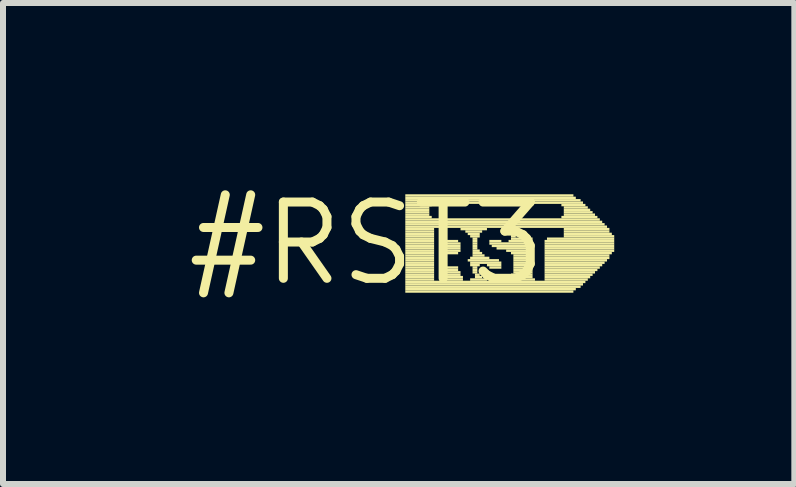
<source format=kicad_pcb>
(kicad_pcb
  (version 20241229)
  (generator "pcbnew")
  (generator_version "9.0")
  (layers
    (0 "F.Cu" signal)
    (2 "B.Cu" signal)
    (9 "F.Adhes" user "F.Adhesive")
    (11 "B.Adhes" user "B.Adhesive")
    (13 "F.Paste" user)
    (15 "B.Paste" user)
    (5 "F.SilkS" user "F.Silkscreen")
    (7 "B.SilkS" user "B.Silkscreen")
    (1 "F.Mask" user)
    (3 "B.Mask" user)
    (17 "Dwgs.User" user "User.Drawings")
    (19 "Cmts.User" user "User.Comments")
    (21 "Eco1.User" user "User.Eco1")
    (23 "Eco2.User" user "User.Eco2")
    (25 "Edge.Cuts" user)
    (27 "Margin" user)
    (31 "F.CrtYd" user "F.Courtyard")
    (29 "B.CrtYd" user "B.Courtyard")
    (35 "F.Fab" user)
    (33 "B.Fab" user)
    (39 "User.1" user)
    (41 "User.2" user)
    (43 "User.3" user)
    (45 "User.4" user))
  (footprint "#RST3"
    (layer "F.Cu")
    (at 3.061 1.006)
    (property "Reference" "#RST3" (at 0 0 0) (layer "F.SilkS") (effects (font (size 1.27 1.27) (thickness 0.15))))
    (fp_poly (pts (xy 0.64 -0.78) (xy 3.44 -0.78) (xy 3.44 -0.82) (xy 0.64 -0.82)) (stroke (width 0) (type solid)) (fill yes) (layer "F.SilkS"))
    (fp_poly (pts (xy 0.64 -0.74) (xy 3.48 -0.74) (xy 3.48 -0.78) (xy 0.64 -0.78)) (stroke (width 0) (type solid)) (fill yes) (layer "F.SilkS"))
    (fp_poly (pts (xy 0.64 -0.7) (xy 3.56 -0.7) (xy 3.56 -0.74) (xy 0.64 -0.74)) (stroke (width 0) (type solid)) (fill yes) (layer "F.SilkS"))
    (fp_poly (pts (xy 0.64 -0.66) (xy 3.6 -0.66) (xy 3.6 -0.7) (xy 0.64 -0.7)) (stroke (width 0) (type solid)) (fill yes) (layer "F.SilkS"))
    (fp_poly (pts (xy 0.64 -0.62) (xy 1.08 -0.62) (xy 1.08 -0.66) (xy 0.64 -0.66)) (stroke (width 0) (type solid)) (fill yes) (layer "F.SilkS"))
    (fp_poly (pts (xy 0.64 -0.58) (xy 1.04 -0.58) (xy 1.04 -0.62) (xy 0.64 -0.62)) (stroke (width 0) (type solid)) (fill yes) (layer "F.SilkS"))
    (fp_poly (pts (xy 0.64 -0.54) (xy 1.04 -0.54) (xy 1.04 -0.58) (xy 0.64 -0.58)) (stroke (width 0) (type solid)) (fill yes) (layer "F.SilkS"))
    (fp_poly (pts (xy 0.64 -0.5) (xy 1.04 -0.5) (xy 1.04 -0.54) (xy 0.64 -0.54)) (stroke (width 0) (type solid)) (fill yes) (layer "F.SilkS"))
    (fp_poly (pts (xy 0.64 -0.46) (xy 1.04 -0.46) (xy 1.04 -0.5) (xy 0.64 -0.5)) (stroke (width 0) (type solid)) (fill yes) (layer "F.SilkS"))
    (fp_poly (pts (xy 0.64 -0.42) (xy 1.08 -0.42) (xy 1.08 -0.46) (xy 0.64 -0.46)) (stroke (width 0) (type solid)) (fill yes) (layer "F.SilkS"))
    (fp_poly (pts (xy 0.64 -0.38) (xy 3.88 -0.38) (xy 3.88 -0.42) (xy 0.64 -0.42)) (stroke (width 0) (type solid)) (fill yes) (layer "F.SilkS"))
    (fp_poly (pts (xy 0.64 -0.34) (xy 3.92 -0.34) (xy 3.92 -0.38) (xy 0.64 -0.38)) (stroke (width 0) (type solid)) (fill yes) (layer "F.SilkS"))
    (fp_poly (pts (xy 0.64 -0.3) (xy 3.96 -0.3) (xy 3.96 -0.34) (xy 0.64 -0.34)) (stroke (width 0) (type solid)) (fill yes) (layer "F.SilkS"))
    (fp_poly (pts (xy 0.64 -0.26) (xy 4 -0.26) (xy 4 -0.3) (xy 0.64 -0.3)) (stroke (width 0) (type solid)) (fill yes) (layer "F.SilkS"))
    (fp_poly (pts (xy 0.64 -0.22) (xy 1.12 -0.22) (xy 1.12 -0.26) (xy 0.64 -0.26)) (stroke (width 0) (type solid)) (fill yes) (layer "F.SilkS"))
    (fp_poly (pts (xy 0.64 -0.18) (xy 1.12 -0.18) (xy 1.12 -0.22) (xy 0.64 -0.22)) (stroke (width 0) (type solid)) (fill yes) (layer "F.SilkS"))
    (fp_poly (pts (xy 0.64 -0.14) (xy 1.12 -0.14) (xy 1.12 -0.18) (xy 0.64 -0.18)) (stroke (width 0) (type solid)) (fill yes) (layer "F.SilkS"))
    (fp_poly (pts (xy 0.64 -0.1) (xy 1.12 -0.1) (xy 1.12 -0.14) (xy 0.64 -0.14)) (stroke (width 0) (type solid)) (fill yes) (layer "F.SilkS"))
    (fp_poly (pts (xy 0.64 -0.06) (xy 1.12 -0.06) (xy 1.12 -0.1) (xy 0.64 -0.1)) (stroke (width 0) (type solid)) (fill yes) (layer "F.SilkS"))
    (fp_poly (pts (xy 0.64 -0.02) (xy 1.12 -0.02) (xy 1.12 -0.06) (xy 0.64 -0.06)) (stroke (width 0) (type solid)) (fill yes) (layer "F.SilkS"))
    (fp_poly (pts (xy 0.64 0.02) (xy 1.12 0.02) (xy 1.12 -0.02) (xy 0.64 -0.02)) (stroke (width 0) (type solid)) (fill yes) (layer "F.SilkS"))
    (fp_poly (pts (xy 0.64 0.06) (xy 1.12 0.06) (xy 1.12 0.02) (xy 0.64 0.02)) (stroke (width 0) (type solid)) (fill yes) (layer "F.SilkS"))
    (fp_poly (pts (xy 0.64 0.1) (xy 1.12 0.1) (xy 1.12 0.06) (xy 0.64 0.06)) (stroke (width 0) (type solid)) (fill yes) (layer "F.SilkS"))
    (fp_poly (pts (xy 0.64 0.14) (xy 1.12 0.14) (xy 1.12 0.1) (xy 0.64 0.1)) (stroke (width 0) (type solid)) (fill yes) (layer "F.SilkS"))
    (fp_poly (pts (xy 0.64 0.18) (xy 1.12 0.18) (xy 1.12 0.14) (xy 0.64 0.14)) (stroke (width 0) (type solid)) (fill yes) (layer "F.SilkS"))
    (fp_poly (pts (xy 0.64 0.22) (xy 1.12 0.22) (xy 1.12 0.18) (xy 0.64 0.18)) (stroke (width 0) (type solid)) (fill yes) (layer "F.SilkS"))
    (fp_poly (pts (xy 0.64 0.26) (xy 1.12 0.26) (xy 1.12 0.22) (xy 0.64 0.22)) (stroke (width 0) (type solid)) (fill yes) (layer "F.SilkS"))
    (fp_poly (pts (xy 0.64 0.3) (xy 1.12 0.3) (xy 1.12 0.26) (xy 0.64 0.26)) (stroke (width 0) (type solid)) (fill yes) (layer "F.SilkS"))
    (fp_poly (pts (xy 0.64 0.34) (xy 1.12 0.34) (xy 1.12 0.3) (xy 0.64 0.3)) (stroke (width 0) (type solid)) (fill yes) (layer "F.SilkS"))
    (fp_poly (pts (xy 0.64 0.38) (xy 1.12 0.38) (xy 1.12 0.34) (xy 0.64 0.34)) (stroke (width 0) (type solid)) (fill yes) (layer "F.SilkS"))
    (fp_poly (pts (xy 0.64 0.42) (xy 1.12 0.42) (xy 1.12 0.38) (xy 0.64 0.38)) (stroke (width 0) (type solid)) (fill yes) (layer "F.SilkS"))
    (fp_poly (pts (xy 0.64 0.46) (xy 1.12 0.46) (xy 1.12 0.42) (xy 0.64 0.42)) (stroke (width 0) (type solid)) (fill yes) (layer "F.SilkS"))
    (fp_poly (pts (xy 0.64 0.5) (xy 1.12 0.5) (xy 1.12 0.46) (xy 0.64 0.46)) (stroke (width 0) (type solid)) (fill yes) (layer "F.SilkS"))
    (fp_poly (pts (xy 0.64 0.54) (xy 1.12 0.54) (xy 1.12 0.5) (xy 0.64 0.5)) (stroke (width 0) (type solid)) (fill yes) (layer "F.SilkS"))
    (fp_poly (pts (xy 0.64 0.58) (xy 1.12 0.58) (xy 1.12 0.54) (xy 0.64 0.54)) (stroke (width 0) (type solid)) (fill yes) (layer "F.SilkS"))
    (fp_poly (pts (xy 0.64 0.62) (xy 1.12 0.62) (xy 1.12 0.58) (xy 0.64 0.58)) (stroke (width 0) (type solid)) (fill yes) (layer "F.SilkS"))
    (fp_poly (pts (xy 0.64 0.66) (xy 3.64 0.66) (xy 3.64 0.62) (xy 0.64 0.62)) (stroke (width 0) (type solid)) (fill yes) (layer "F.SilkS"))
    (fp_poly (pts (xy 0.64 0.7) (xy 3.6 0.7) (xy 3.6 0.66) (xy 0.64 0.66)) (stroke (width 0) (type solid)) (fill yes) (layer "F.SilkS"))
    (fp_poly (pts (xy 0.64 0.74) (xy 3.56 0.74) (xy 3.56 0.7) (xy 0.64 0.7)) (stroke (width 0) (type solid)) (fill yes) (layer "F.SilkS"))
    (fp_poly (pts (xy 0.64 0.78) (xy 3.48 0.78) (xy 3.48 0.74) (xy 0.64 0.74)) (stroke (width 0) (type solid)) (fill yes) (layer "F.SilkS"))
    (fp_poly (pts (xy 0.64 0.82) (xy 3.44 0.82) (xy 3.44 0.78) (xy 0.64 0.78)) (stroke (width 0) (type solid)) (fill yes) (layer "F.SilkS"))
    (fp_poly (pts (xy 1.28 0.62) (xy 1.6 0.62) (xy 1.6 0.58) (xy 1.28 0.58)) (stroke (width 0) (type solid)) (fill yes) (layer "F.SilkS"))
    (fp_poly (pts (xy 1.32 -0.02) (xy 1.52 -0.02) (xy 1.52 -0.06) (xy 1.32 -0.06)) (stroke (width 0) (type solid)) (fill yes) (layer "F.SilkS"))
    (fp_poly (pts (xy 1.32 0.02) (xy 1.56 0.02) (xy 1.56 -0.02) (xy 1.32 -0.02)) (stroke (width 0) (type solid)) (fill yes) (layer "F.SilkS"))
    (fp_poly (pts (xy 1.32 0.06) (xy 1.56 0.06) (xy 1.56 0.02) (xy 1.32 0.02)) (stroke (width 0) (type solid)) (fill yes) (layer "F.SilkS"))
    (fp_poly (pts (xy 1.32 0.1) (xy 1.56 0.1) (xy 1.56 0.06) (xy 1.32 0.06)) (stroke (width 0) (type solid)) (fill yes) (layer "F.SilkS"))
    (fp_poly (pts (xy 1.32 0.14) (xy 1.56 0.14) (xy 1.56 0.1) (xy 1.32 0.1)) (stroke (width 0) (type solid)) (fill yes) (layer "F.SilkS"))
    (fp_poly (pts (xy 1.32 0.18) (xy 1.52 0.18) (xy 1.52 0.14) (xy 1.32 0.14)) (stroke (width 0) (type solid)) (fill yes) (layer "F.SilkS"))
    (fp_poly (pts (xy 1.32 0.42) (xy 1.52 0.42) (xy 1.52 0.38) (xy 1.32 0.38)) (stroke (width 0) (type solid)) (fill yes) (layer "F.SilkS"))
    (fp_poly (pts (xy 1.32 0.46) (xy 1.52 0.46) (xy 1.52 0.42) (xy 1.32 0.42)) (stroke (width 0) (type solid)) (fill yes) (layer "F.SilkS"))
    (fp_poly (pts (xy 1.32 0.5) (xy 1.56 0.5) (xy 1.56 0.46) (xy 1.32 0.46)) (stroke (width 0) (type solid)) (fill yes) (layer "F.SilkS"))
    (fp_poly (pts (xy 1.32 0.54) (xy 1.56 0.54) (xy 1.56 0.5) (xy 1.32 0.5)) (stroke (width 0) (type solid)) (fill yes) (layer "F.SilkS"))
    (fp_poly (pts (xy 1.32 0.58) (xy 1.6 0.58) (xy 1.6 0.54) (xy 1.32 0.54)) (stroke (width 0) (type solid)) (fill yes) (layer "F.SilkS"))
    (fp_poly (pts (xy 1.56 -0.22) (xy 2 -0.22) (xy 2 -0.26) (xy 1.56 -0.26)) (stroke (width 0) (type solid)) (fill yes) (layer "F.SilkS"))
    (fp_poly (pts (xy 1.64 -0.18) (xy 1.92 -0.18) (xy 1.92 -0.22) (xy 1.64 -0.22)) (stroke (width 0) (type solid)) (fill yes) (layer "F.SilkS"))
    (fp_poly (pts (xy 1.68 -0.14) (xy 1.88 -0.14) (xy 1.88 -0.18) (xy 1.68 -0.18)) (stroke (width 0) (type solid)) (fill yes) (layer "F.SilkS"))
    (fp_poly (pts (xy 1.68 0.3) (xy 2.2 0.3) (xy 2.2 0.26) (xy 1.68 0.26)) (stroke (width 0) (type solid)) (fill yes) (layer "F.SilkS"))
    (fp_poly (pts (xy 1.72 -0.1) (xy 1.88 -0.1) (xy 1.88 -0.14) (xy 1.72 -0.14)) (stroke (width 0) (type solid)) (fill yes) (layer "F.SilkS"))
    (fp_poly (pts (xy 1.72 0.26) (xy 2.04 0.26) (xy 2.04 0.22) (xy 1.72 0.22)) (stroke (width 0) (type solid)) (fill yes) (layer "F.SilkS"))
    (fp_poly (pts (xy 1.72 0.34) (xy 2.24 0.34) (xy 2.24 0.3) (xy 1.72 0.3)) (stroke (width 0) (type solid)) (fill yes) (layer "F.SilkS"))
    (fp_poly (pts (xy 1.72 0.38) (xy 1.88 0.38) (xy 1.88 0.34) (xy 1.72 0.34)) (stroke (width 0) (type solid)) (fill yes) (layer "F.SilkS"))
    (fp_poly (pts (xy 1.72 0.62) (xy 2 0.62) (xy 2 0.58) (xy 1.72 0.58)) (stroke (width 0) (type solid)) (fill yes) (layer "F.SilkS"))
    (fp_poly (pts (xy 1.76 -0.06) (xy 1.84 -0.06) (xy 1.84 -0.1) (xy 1.76 -0.1)) (stroke (width 0) (type solid)) (fill yes) (layer "F.SilkS"))
    (fp_poly (pts (xy 1.76 -0.02) (xy 1.84 -0.02) (xy 1.84 -0.06) (xy 1.76 -0.06)) (stroke (width 0) (type solid)) (fill yes) (layer "F.SilkS"))
    (fp_poly (pts (xy 1.76 0.02) (xy 1.84 0.02) (xy 1.84 -0.02) (xy 1.76 -0.02)) (stroke (width 0) (type solid)) (fill yes) (layer "F.SilkS"))
    (fp_poly (pts (xy 1.76 0.06) (xy 1.84 0.06) (xy 1.84 0.02) (xy 1.76 0.02)) (stroke (width 0) (type solid)) (fill yes) (layer "F.SilkS"))
    (fp_poly (pts (xy 1.76 0.1) (xy 1.84 0.1) (xy 1.84 0.06) (xy 1.76 0.06)) (stroke (width 0) (type solid)) (fill yes) (layer "F.SilkS"))
    (fp_poly (pts (xy 1.76 0.14) (xy 1.88 0.14) (xy 1.88 0.1) (xy 1.76 0.1)) (stroke (width 0) (type solid)) (fill yes) (layer "F.SilkS"))
    (fp_poly (pts (xy 1.76 0.18) (xy 1.92 0.18) (xy 1.92 0.14) (xy 1.76 0.14)) (stroke (width 0) (type solid)) (fill yes) (layer "F.SilkS"))
    (fp_poly (pts (xy 1.76 0.22) (xy 1.96 0.22) (xy 1.96 0.18) (xy 1.76 0.18)) (stroke (width 0) (type solid)) (fill yes) (layer "F.SilkS"))
    (fp_poly (pts (xy 1.76 0.42) (xy 1.84 0.42) (xy 1.84 0.38) (xy 1.76 0.38)) (stroke (width 0) (type solid)) (fill yes) (layer "F.SilkS"))
    (fp_poly (pts (xy 1.76 0.46) (xy 1.84 0.46) (xy 1.84 0.42) (xy 1.76 0.42)) (stroke (width 0) (type solid)) (fill yes) (layer "F.SilkS"))
    (fp_poly (pts (xy 1.76 0.5) (xy 1.84 0.5) (xy 1.84 0.46) (xy 1.76 0.46)) (stroke (width 0) (type solid)) (fill yes) (layer "F.SilkS"))
    (fp_poly (pts (xy 1.8 0.54) (xy 1.88 0.54) (xy 1.88 0.5) (xy 1.8 0.5)) (stroke (width 0) (type solid)) (fill yes) (layer "F.SilkS"))
    (fp_poly (pts (xy 1.8 0.58) (xy 1.92 0.58) (xy 1.92 0.54) (xy 1.8 0.54)) (stroke (width 0) (type solid)) (fill yes) (layer "F.SilkS"))
    (fp_poly (pts (xy 2 0.38) (xy 2.24 0.38) (xy 2.24 0.34) (xy 2 0.34)) (stroke (width 0) (type solid)) (fill yes) (layer "F.SilkS"))
    (fp_poly (pts (xy 2.04 -0.02) (xy 2.24 -0.02) (xy 2.24 -0.06) (xy 2.04 -0.06)) (stroke (width 0) (type solid)) (fill yes) (layer "F.SilkS"))
    (fp_poly (pts (xy 2.04 0.02) (xy 2.76 0.02) (xy 2.76 -0.02) (xy 2.04 -0.02)) (stroke (width 0) (type solid)) (fill yes) (layer "F.SilkS"))
    (fp_poly (pts (xy 2.04 0.42) (xy 2.24 0.42) (xy 2.24 0.38) (xy 2.04 0.38)) (stroke (width 0) (type solid)) (fill yes) (layer "F.SilkS"))
    (fp_poly (pts (xy 2.08 0.06) (xy 2.76 0.06) (xy 2.76 0.02) (xy 2.08 0.02)) (stroke (width 0) (type solid)) (fill yes) (layer "F.SilkS"))
    (fp_poly (pts (xy 2.16 0.1) (xy 2.76 0.1) (xy 2.76 0.06) (xy 2.16 0.06)) (stroke (width 0) (type solid)) (fill yes) (layer "F.SilkS"))
    (fp_poly (pts (xy 2.28 0.62) (xy 2.8 0.62) (xy 2.8 0.58) (xy 2.28 0.58)) (stroke (width 0) (type solid)) (fill yes) (layer "F.SilkS"))
    (fp_poly (pts (xy 2.32 -0.22) (xy 2.48 -0.22) (xy 2.48 -0.26) (xy 2.32 -0.26)) (stroke (width 0) (type solid)) (fill yes) (layer "F.SilkS"))
    (fp_poly (pts (xy 2.32 0.14) (xy 2.76 0.14) (xy 2.76 0.1) (xy 2.32 0.1)) (stroke (width 0) (type solid)) (fill yes) (layer "F.SilkS"))
    (fp_poly (pts (xy 2.36 -0.18) (xy 2.44 -0.18) (xy 2.44 -0.22) (xy 2.36 -0.22)) (stroke (width 0) (type solid)) (fill yes) (layer "F.SilkS"))
    (fp_poly (pts (xy 2.36 -0.02) (xy 2.76 -0.02) (xy 2.76 -0.06) (xy 2.36 -0.06)) (stroke (width 0) (type solid)) (fill yes) (layer "F.SilkS"))
    (fp_poly (pts (xy 2.36 0.58) (xy 2.76 0.58) (xy 2.76 0.54) (xy 2.36 0.54)) (stroke (width 0) (type solid)) (fill yes) (layer "F.SilkS"))
    (fp_poly (pts (xy 2.4 -0.14) (xy 2.44 -0.14) (xy 2.44 -0.18) (xy 2.4 -0.18)) (stroke (width 0) (type solid)) (fill yes) (layer "F.SilkS"))
    (fp_poly (pts (xy 2.4 -0.1) (xy 2.48 -0.1) (xy 2.48 -0.14) (xy 2.4 -0.14)) (stroke (width 0) (type solid)) (fill yes) (layer "F.SilkS"))
    (fp_poly (pts (xy 2.4 -0.06) (xy 2.76 -0.06) (xy 2.76 -0.1) (xy 2.4 -0.1)) (stroke (width 0) (type solid)) (fill yes) (layer "F.SilkS"))
    (fp_poly (pts (xy 2.4 0.18) (xy 2.76 0.18) (xy 2.76 0.14) (xy 2.4 0.14)) (stroke (width 0) (type solid)) (fill yes) (layer "F.SilkS"))
    (fp_poly (pts (xy 2.4 0.54) (xy 2.76 0.54) (xy 2.76 0.5) (xy 2.4 0.5)) (stroke (width 0) (type solid)) (fill yes) (layer "F.SilkS"))
    (fp_poly (pts (xy 2.44 0.22) (xy 2.76 0.22) (xy 2.76 0.18) (xy 2.44 0.18)) (stroke (width 0) (type solid)) (fill yes) (layer "F.SilkS"))
    (fp_poly (pts (xy 2.44 0.26) (xy 2.76 0.26) (xy 2.76 0.22) (xy 2.44 0.22)) (stroke (width 0) (type solid)) (fill yes) (layer "F.SilkS"))
    (fp_poly (pts (xy 2.44 0.3) (xy 2.76 0.3) (xy 2.76 0.26) (xy 2.44 0.26)) (stroke (width 0) (type solid)) (fill yes) (layer "F.SilkS"))
    (fp_poly (pts (xy 2.44 0.34) (xy 2.76 0.34) (xy 2.76 0.3) (xy 2.44 0.3)) (stroke (width 0) (type solid)) (fill yes) (layer "F.SilkS"))
    (fp_poly (pts (xy 2.44 0.38) (xy 2.76 0.38) (xy 2.76 0.34) (xy 2.44 0.34)) (stroke (width 0) (type solid)) (fill yes) (layer "F.SilkS"))
    (fp_poly (pts (xy 2.44 0.42) (xy 2.76 0.42) (xy 2.76 0.38) (xy 2.44 0.38)) (stroke (width 0) (type solid)) (fill yes) (layer "F.SilkS"))
    (fp_poly (pts (xy 2.44 0.46) (xy 2.76 0.46) (xy 2.76 0.42) (xy 2.44 0.42)) (stroke (width 0) (type solid)) (fill yes) (layer "F.SilkS"))
    (fp_poly (pts (xy 2.44 0.5) (xy 2.76 0.5) (xy 2.76 0.46) (xy 2.44 0.46)) (stroke (width 0) (type solid)) (fill yes) (layer "F.SilkS"))
    (fp_poly (pts (xy 2.96 -0.02) (xy 4.12 -0.02) (xy 4.12 -0.06) (xy 2.96 -0.06)) (stroke (width 0) (type solid)) (fill yes) (layer "F.SilkS"))
    (fp_poly (pts (xy 2.96 0.02) (xy 4.12 0.02) (xy 4.12 -0.02) (xy 2.96 -0.02)) (stroke (width 0) (type solid)) (fill yes) (layer "F.SilkS"))
    (fp_poly (pts (xy 2.96 0.06) (xy 4.12 0.06) (xy 4.12 0.02) (xy 2.96 0.02)) (stroke (width 0) (type solid)) (fill yes) (layer "F.SilkS"))
    (fp_poly (pts (xy 2.96 0.1) (xy 4.12 0.1) (xy 4.12 0.06) (xy 2.96 0.06)) (stroke (width 0) (type solid)) (fill yes) (layer "F.SilkS"))
    (fp_poly (pts (xy 2.96 0.14) (xy 4.12 0.14) (xy 4.12 0.1) (xy 2.96 0.1)) (stroke (width 0) (type solid)) (fill yes) (layer "F.SilkS"))
    (fp_poly (pts (xy 2.96 0.18) (xy 4.08 0.18) (xy 4.08 0.14) (xy 2.96 0.14)) (stroke (width 0) (type solid)) (fill yes) (layer "F.SilkS"))
    (fp_poly (pts (xy 2.96 0.22) (xy 4.04 0.22) (xy 4.04 0.18) (xy 2.96 0.18)) (stroke (width 0) (type solid)) (fill yes) (layer "F.SilkS"))
    (fp_poly (pts (xy 2.96 0.26) (xy 4.04 0.26) (xy 4.04 0.22) (xy 2.96 0.22)) (stroke (width 0) (type solid)) (fill yes) (layer "F.SilkS"))
    (fp_poly (pts (xy 2.96 0.3) (xy 4 0.3) (xy 4 0.26) (xy 2.96 0.26)) (stroke (width 0) (type solid)) (fill yes) (layer "F.SilkS"))
    (fp_poly (pts (xy 2.96 0.34) (xy 3.96 0.34) (xy 3.96 0.3) (xy 2.96 0.3)) (stroke (width 0) (type solid)) (fill yes) (layer "F.SilkS"))
    (fp_poly (pts (xy 2.96 0.38) (xy 3.92 0.38) (xy 3.92 0.34) (xy 2.96 0.34)) (stroke (width 0) (type solid)) (fill yes) (layer "F.SilkS"))
    (fp_poly (pts (xy 2.96 0.42) (xy 3.88 0.42) (xy 3.88 0.38) (xy 2.96 0.38)) (stroke (width 0) (type solid)) (fill yes) (layer "F.SilkS"))
    (fp_poly (pts (xy 2.96 0.46) (xy 3.84 0.46) (xy 3.84 0.42) (xy 2.96 0.42)) (stroke (width 0) (type solid)) (fill yes) (layer "F.SilkS"))
    (fp_poly (pts (xy 2.96 0.5) (xy 3.8 0.5) (xy 3.8 0.46) (xy 2.96 0.46)) (stroke (width 0) (type solid)) (fill yes) (layer "F.SilkS"))
    (fp_poly (pts (xy 2.96 0.54) (xy 3.76 0.54) (xy 3.76 0.5) (xy 2.96 0.5)) (stroke (width 0) (type solid)) (fill yes) (layer "F.SilkS"))
    (fp_poly (pts (xy 2.96 0.58) (xy 3.72 0.58) (xy 3.72 0.54) (xy 2.96 0.54)) (stroke (width 0) (type solid)) (fill yes) (layer "F.SilkS"))
    (fp_poly (pts (xy 2.96 0.62) (xy 3.68 0.62) (xy 3.68 0.58) (xy 2.96 0.58)) (stroke (width 0) (type solid)) (fill yes) (layer "F.SilkS"))
    (fp_poly (pts (xy 3 -0.06) (xy 4.12 -0.06) (xy 4.12 -0.1) (xy 3 -0.1)) (stroke (width 0) (type solid)) (fill yes) (layer "F.SilkS"))
    (fp_poly (pts (xy 3.24 -0.62) (xy 3.64 -0.62) (xy 3.64 -0.66) (xy 3.24 -0.66)) (stroke (width 0) (type solid)) (fill yes) (layer "F.SilkS"))
    (fp_poly (pts (xy 3.24 -0.42) (xy 3.84 -0.42) (xy 3.84 -0.46) (xy 3.24 -0.46)) (stroke (width 0) (type solid)) (fill yes) (layer "F.SilkS"))
    (fp_poly (pts (xy 3.28 -0.58) (xy 3.68 -0.58) (xy 3.68 -0.62) (xy 3.28 -0.62)) (stroke (width 0) (type solid)) (fill yes) (layer "F.SilkS"))
    (fp_poly (pts (xy 3.28 -0.54) (xy 3.72 -0.54) (xy 3.72 -0.58) (xy 3.28 -0.58)) (stroke (width 0) (type solid)) (fill yes) (layer "F.SilkS"))
    (fp_poly (pts (xy 3.28 -0.5) (xy 3.76 -0.5) (xy 3.76 -0.54) (xy 3.28 -0.54)) (stroke (width 0) (type solid)) (fill yes) (layer "F.SilkS"))
    (fp_poly (pts (xy 3.28 -0.46) (xy 3.8 -0.46) (xy 3.8 -0.5) (xy 3.28 -0.5)) (stroke (width 0) (type solid)) (fill yes) (layer "F.SilkS"))
    (fp_poly (pts (xy 3.28 -0.22) (xy 4.04 -0.22) (xy 4.04 -0.26) (xy 3.28 -0.26)) (stroke (width 0) (type solid)) (fill yes) (layer "F.SilkS"))
    (fp_poly (pts (xy 3.28 -0.18) (xy 4.04 -0.18) (xy 4.04 -0.22) (xy 3.28 -0.22)) (stroke (width 0) (type solid)) (fill yes) (layer "F.SilkS"))
    (fp_poly (pts (xy 3.28 -0.14) (xy 4.08 -0.14) (xy 4.08 -0.18) (xy 3.28 -0.18)) (stroke (width 0) (type solid)) (fill yes) (layer "F.SilkS"))
    (fp_poly (pts (xy 3.28 -0.1) (xy 4.12 -0.1) (xy 4.12 -0.14) (xy 3.28 -0.14)) (stroke (width 0) (type solid)) (fill yes) (layer "F.SilkS")))
  (gr_rect
    (start -3 -3)
    (end 10.181 5.012)
    (stroke (width 0.1) (type default))
    (fill no)
    (layer "Edge.Cuts")))
</source>
